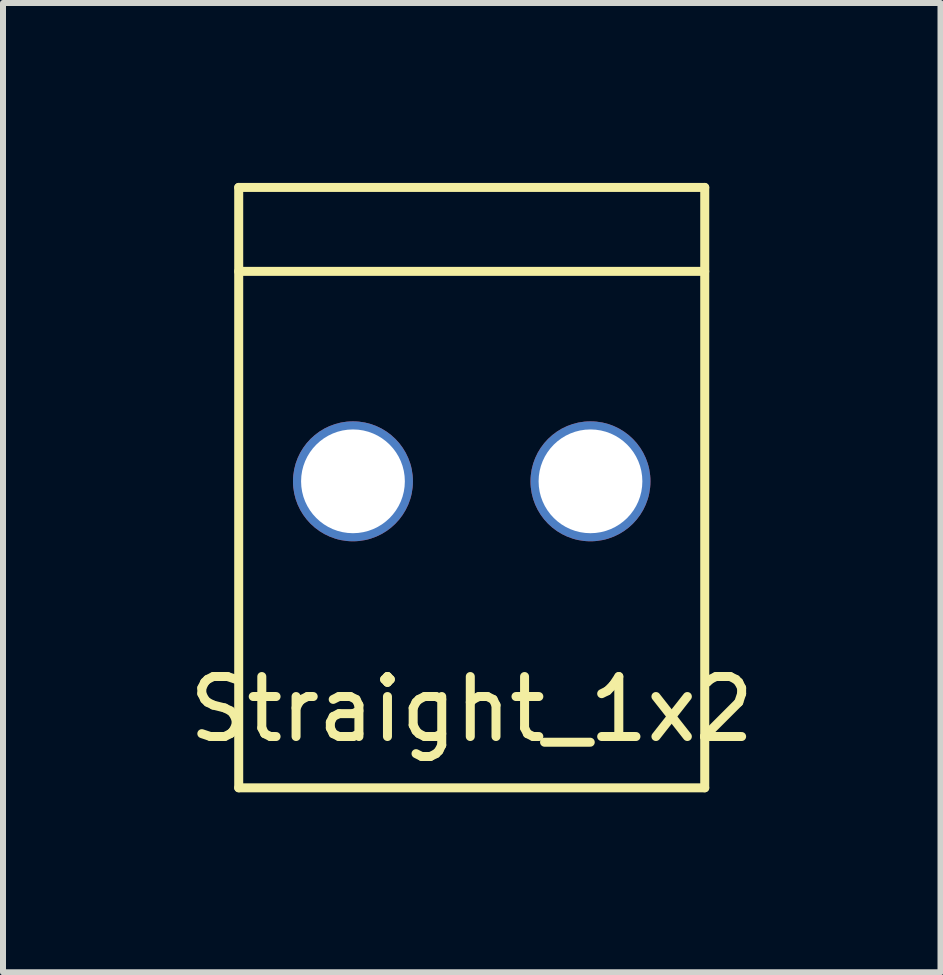
<source format=kicad_pcb>
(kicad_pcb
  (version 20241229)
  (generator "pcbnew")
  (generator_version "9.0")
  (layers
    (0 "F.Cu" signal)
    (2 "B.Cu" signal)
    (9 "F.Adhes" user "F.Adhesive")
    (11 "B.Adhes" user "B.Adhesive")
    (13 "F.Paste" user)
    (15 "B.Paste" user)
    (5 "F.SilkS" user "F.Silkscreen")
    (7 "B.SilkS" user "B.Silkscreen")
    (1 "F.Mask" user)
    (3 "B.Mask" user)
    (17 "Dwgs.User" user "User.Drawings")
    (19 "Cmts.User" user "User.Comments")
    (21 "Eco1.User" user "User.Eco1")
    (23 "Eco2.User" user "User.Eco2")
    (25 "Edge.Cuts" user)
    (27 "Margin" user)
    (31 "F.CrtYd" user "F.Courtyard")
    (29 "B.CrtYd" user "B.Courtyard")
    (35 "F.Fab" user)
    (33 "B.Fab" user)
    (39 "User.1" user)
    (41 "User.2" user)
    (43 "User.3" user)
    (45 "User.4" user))
  (footprint "Straight_1x2"
    (layer "F.Cu")
    (at 4.815 4.975)
    (property "Reference" "Straight_1x2" (at 0 3.8 0) (layer "F.SilkS") (effects (font (size 1 1) (thickness 0.15))))
    (attr through_hole)
    (fp_line (start -3.885 -4.9) (end -3.885 5.11) (stroke (width 0.15) (type solid)) (layer "F.SilkS"))
    (fp_line (start -3.885 -3.5) (end 3.885 -3.5) (stroke (width 0.15) (type solid)) (layer "F.SilkS"))
    (fp_line (start -3.885 5.11) (end 3.885 5.11) (stroke (width 0.15) (type solid)) (layer "F.SilkS"))
    (fp_line (start 3.885 -4.9) (end -3.885 -4.9) (stroke (width 0.15) (type solid)) (layer "F.SilkS"))
    (fp_line (start 3.885 5.11) (end 3.885 -4.9) (stroke (width 0.15) (type solid)) (layer "F.SilkS"))
    (pad "1" thru_hole circle (at -1.98 0) (size 2 2) (drill 1.73) (layers "*.Cu" "*.Mask"))
    (pad "2" thru_hole circle (at 1.98 0) (size 2 2) (drill 1.73) (layers "*.Cu" "*.Mask")))
  (gr_rect
    (start -3 -3)
    (end 12.631 13.16)
    (stroke (width 0.1) (type default))
    (fill no)
    (layer "Edge.Cuts")))
</source>
